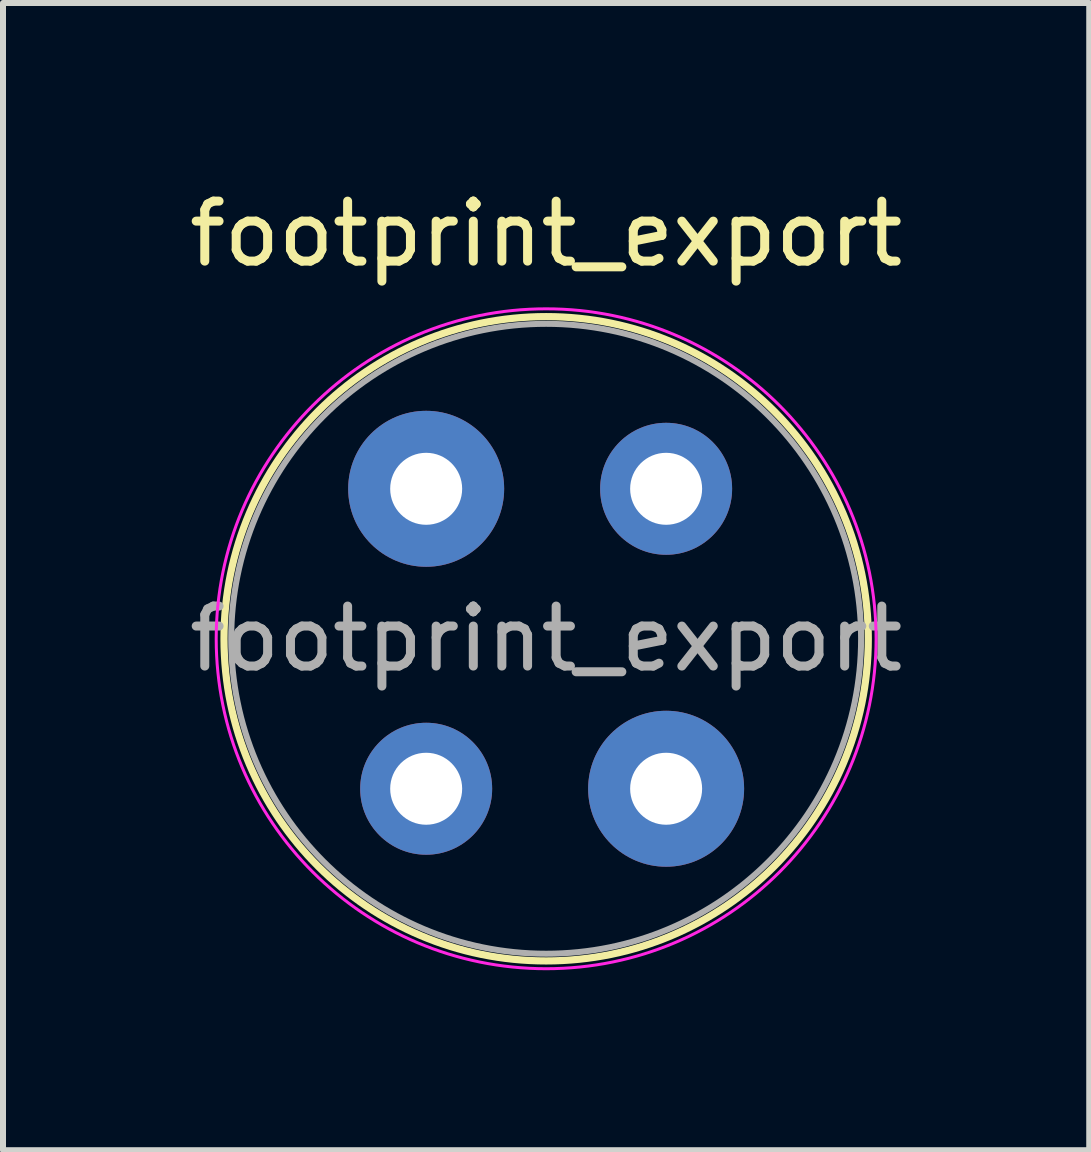
<source format=kicad_pcb>
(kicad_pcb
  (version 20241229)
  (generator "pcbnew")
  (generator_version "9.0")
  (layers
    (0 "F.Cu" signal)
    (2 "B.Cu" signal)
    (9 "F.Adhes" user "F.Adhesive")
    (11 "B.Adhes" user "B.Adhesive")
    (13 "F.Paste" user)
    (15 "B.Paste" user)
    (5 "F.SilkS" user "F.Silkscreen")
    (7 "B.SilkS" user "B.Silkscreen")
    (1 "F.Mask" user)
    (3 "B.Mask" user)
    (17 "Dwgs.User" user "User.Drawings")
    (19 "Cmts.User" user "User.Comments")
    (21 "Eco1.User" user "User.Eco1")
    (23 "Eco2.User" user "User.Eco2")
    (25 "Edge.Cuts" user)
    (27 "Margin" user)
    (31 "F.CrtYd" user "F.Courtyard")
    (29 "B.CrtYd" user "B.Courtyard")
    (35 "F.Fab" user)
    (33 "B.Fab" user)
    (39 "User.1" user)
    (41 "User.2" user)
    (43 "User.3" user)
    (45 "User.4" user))
  (footprint "footprint_export"
    (layer "F.Cu")
    (at 4.054 5.098)
    (property "Reference" "footprint_export" (at 2 -4.25 0) (layer "F.SilkS") (effects (font (size 1 1) (thickness 0.15))))
    (attr through_hole)
    (fp_circle (center 2 2.5) (end 7.37 2.5) (stroke (width 0.12) (type solid)) (fill no) (layer "F.SilkS"))
    (fp_circle (center 2 2.5) (end 7.5 2.5) (stroke (width 0.05) (type solid)) (fill no) (layer "F.CrtYd"))
    (fp_circle (center 2 2.5) (end 7.25 2.5) (stroke (width 0.1) (type solid)) (fill no) (layer "F.Fab"))
    (fp_text user "${REFERENCE}" (at 2 2.5 0) (layer "F.Fab") (effects (font (size 1 1) (thickness 0.15))))
    (pad "" thru_hole circle (at 0 5) (size 2.2 2.2) (drill 1.2) (layers "*.Cu" "*.Mask"))
    (pad "" thru_hole circle (at 4 0) (size 2.2 2.2) (drill 1.2) (layers "*.Cu" "*.Mask"))
    (pad "1" thru_hole circle (at 0 0) (size 2.6 2.6) (drill 1.2) (layers "*.Cu" "*.Mask"))
    (pad "2" thru_hole circle (at 4 5) (size 2.6 2.6) (drill 1.2) (layers "*.Cu" "*.Mask")))
  (gr_rect
    (start -3 -3)
    (end 15.107 16.123)
    (stroke (width 0.1) (type default))
    (fill no)
    (layer "Edge.Cuts")))
</source>
